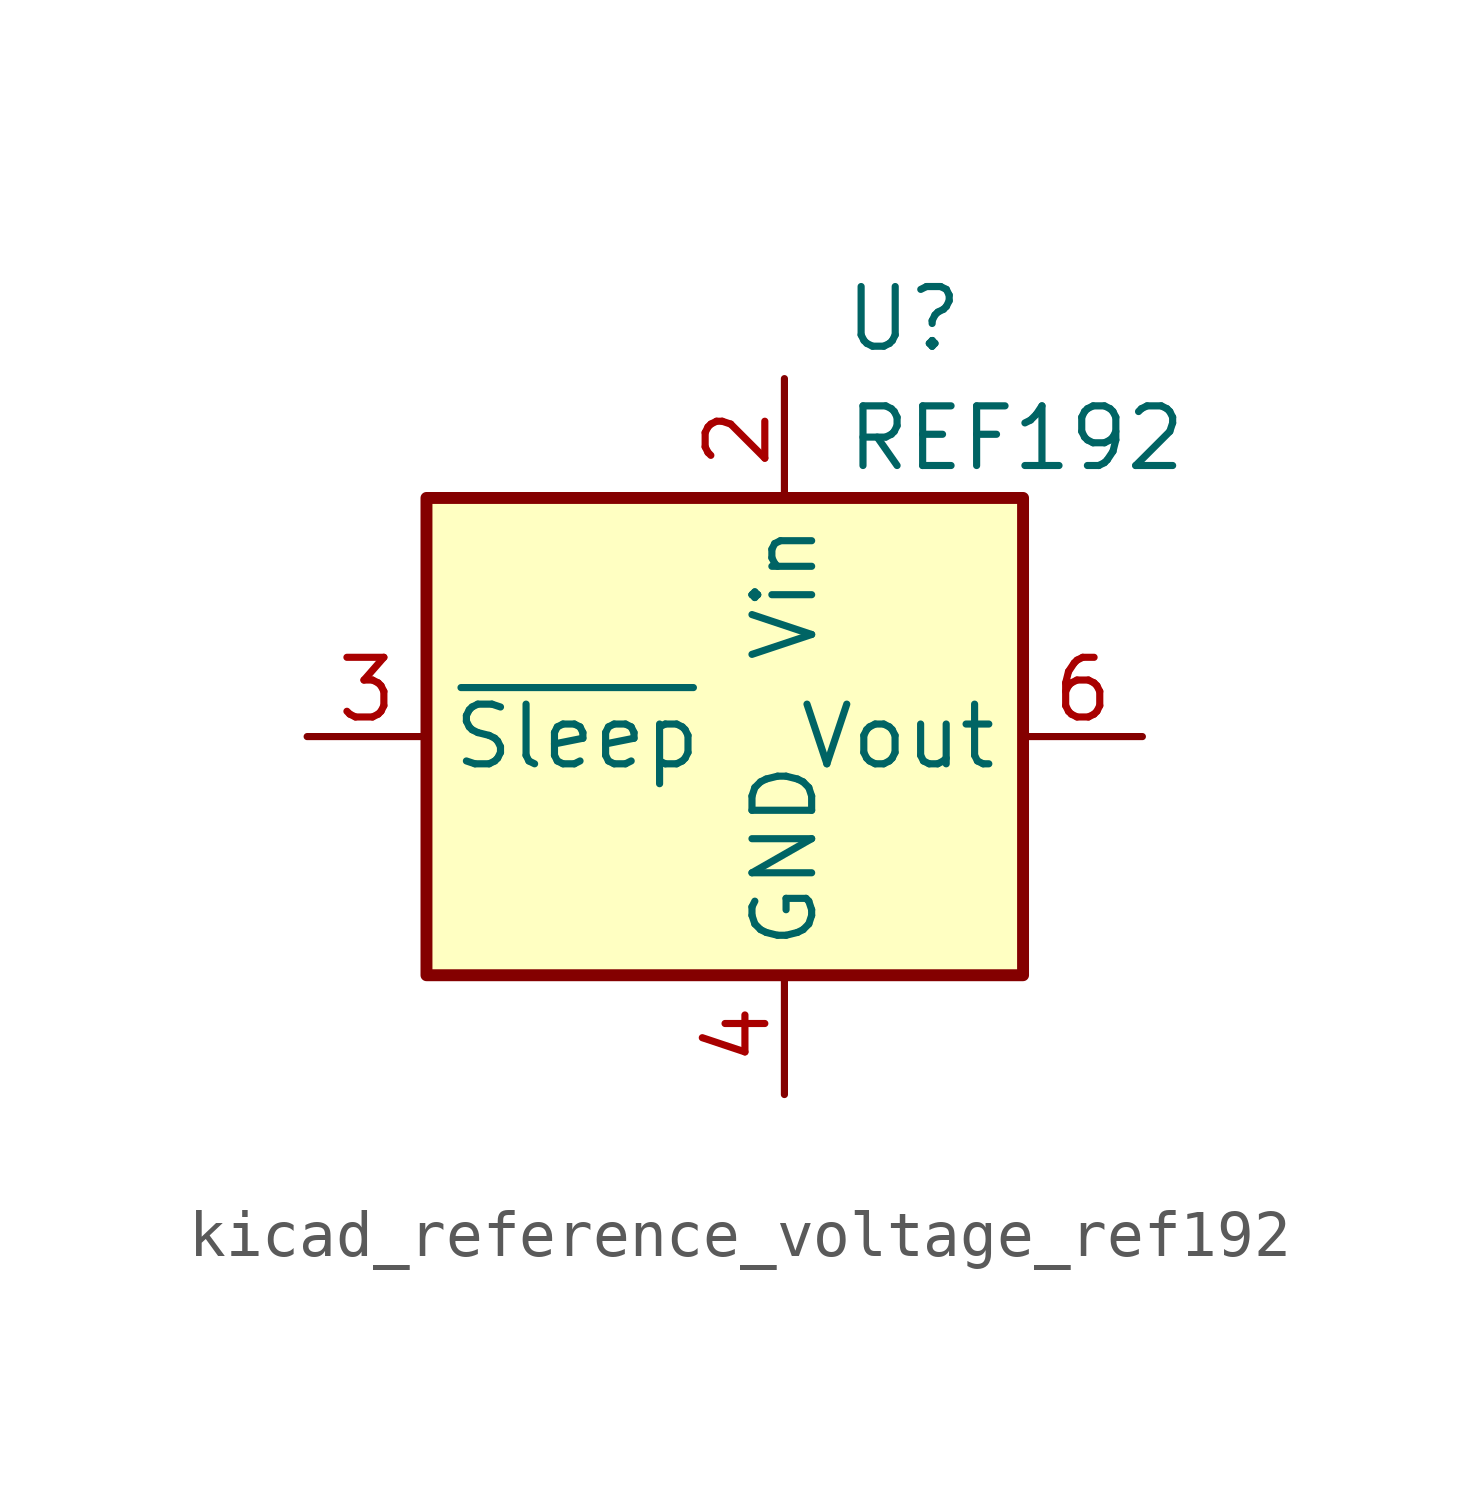
<source format=kicad_sym>
(kicad_symbol_lib
  (version 20220914)
  (generator kicad_symbol_editor)
  (symbol "kicad_reference_voltage_ref192"
    (property "Reference" "U"
      (at 2.54 8.89 0)
      (effects (font (size 1.27 1.27))))
    (property "Value" "REF192"
      (at 1.27 6.35 0)
      (effects (font (size 1.27 1.27)) (justify left)))
    (symbol "kicad_reference_voltage_ref192_0_1"
      (rectangle (start -7.62 5.08) (end 5.08 -5.08) (stroke (width 0.254) (type default)) (fill (type background))))
    (symbol "kicad_reference_voltage_ref192_1_1"
      (pin no_connect line (at -7.62 2.54 0) (length 2.54) hide (name "TP" (effects (font (size 1.27 1.27)))) (number "1" (effects (font (size 1.27 1.27)))))
      (pin power_in line (at 0 7.62 270) (length 2.54) (name "Vin" (effects (font (size 1.27 1.27)))) (number "2" (effects (font (size 1.27 1.27)))))
      (pin input line (at -10.16 0 0) (length 2.54) (name "~{Sleep}" (effects (font (size 1.27 1.27)))) (number "3" (effects (font (size 1.27 1.27)))))
      (pin power_in line (at 0 -7.62 90) (length 2.54) (name "GND" (effects (font (size 1.27 1.27)))) (number "4" (effects (font (size 1.27 1.27)))))
      (pin no_connect line (at -5.08 -5.08 90) (length 2.54) hide (name "TP" (effects (font (size 1.27 1.27)))) (number "5" (effects (font (size 1.27 1.27)))))
      (pin power_out line (at 7.62 0 180) (length 2.54) (name "Vout" (effects (font (size 1.27 1.27)))) (number "6" (effects (font (size 1.27 1.27)))))
      (pin no_connect line (at -2.54 -5.08 90) (length 2.54) hide (name "NC" (effects (font (size 1.27 1.27)))) (number "7" (effects (font (size 1.27 1.27)))))
      (pin no_connect line (at 2.54 -5.08 90) (length 2.54) hide (name "NC" (effects (font (size 1.27 1.27)))) (number "8" (effects (font (size 1.27 1.27))))))))
</source>
